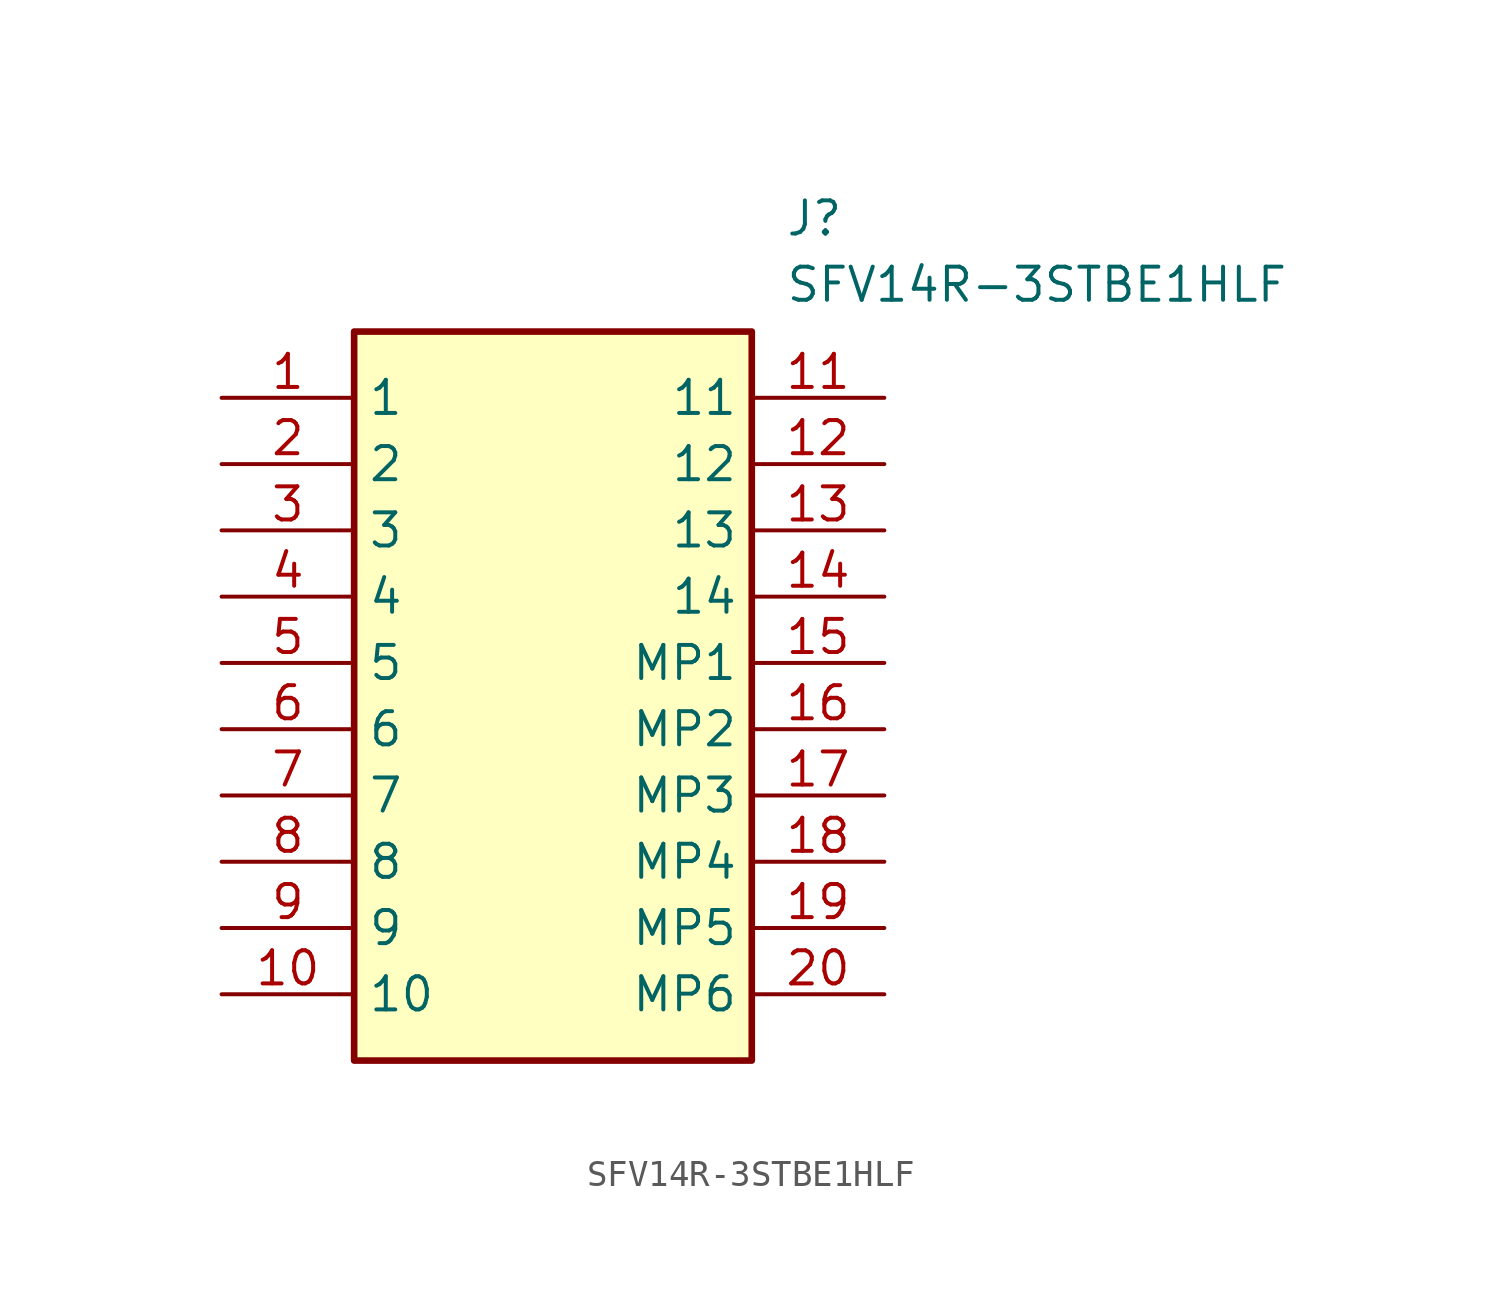
<source format=kicad_sym>
(kicad_symbol_lib
  (version 20211014)
  (generator SamacSys_ECAD_Model)
  (symbol "SFV14R-3STBE1HLF"
    (property "Reference" "J"
      (at 21.59 7.62 0)
      (effects (font (size 1.27 1.27)) (justify left top)))
    (property "Value" "SFV14R-3STBE1HLF"
      (at 21.59 5.08 0)
      (effects (font (size 1.27 1.27)) (justify left top)))
    (rectangle
      (start 5.08 2.54)
      (end 20.32 -25.4)
      (stroke (width 0.254) (type default))
      (fill (type background)))
    (pin passive line
      (at 0 0 0)
      (length 5.08)
      (name "1" (effects (font (size 1.27 1.27))))
      (number "1" (effects (font (size 1.27 1.27)))))
    (pin passive line
      (at 0 -2.54 0)
      (length 5.08)
      (name "2" (effects (font (size 1.27 1.27))))
      (number "2" (effects (font (size 1.27 1.27)))))
    (pin passive line
      (at 0 -5.08 0)
      (length 5.08)
      (name "3" (effects (font (size 1.27 1.27))))
      (number "3" (effects (font (size 1.27 1.27)))))
    (pin passive line
      (at 0 -7.62 0)
      (length 5.08)
      (name "4" (effects (font (size 1.27 1.27))))
      (number "4" (effects (font (size 1.27 1.27)))))
    (pin passive line
      (at 0 -10.16 0)
      (length 5.08)
      (name "5" (effects (font (size 1.27 1.27))))
      (number "5" (effects (font (size 1.27 1.27)))))
    (pin passive line
      (at 0 -12.7 0)
      (length 5.08)
      (name "6" (effects (font (size 1.27 1.27))))
      (number "6" (effects (font (size 1.27 1.27)))))
    (pin passive line
      (at 0 -15.24 0)
      (length 5.08)
      (name "7" (effects (font (size 1.27 1.27))))
      (number "7" (effects (font (size 1.27 1.27)))))
    (pin passive line
      (at 0 -17.78 0)
      (length 5.08)
      (name "8" (effects (font (size 1.27 1.27))))
      (number "8" (effects (font (size 1.27 1.27)))))
    (pin passive line
      (at 0 -20.32 0)
      (length 5.08)
      (name "9" (effects (font (size 1.27 1.27))))
      (number "9" (effects (font (size 1.27 1.27)))))
    (pin passive line
      (at 0 -22.86 0)
      (length 5.08)
      (name "10" (effects (font (size 1.27 1.27))))
      (number "10" (effects (font (size 1.27 1.27)))))
    (pin passive line
      (at 25.4 0 180)
      (length 5.08)
      (name "11" (effects (font (size 1.27 1.27))))
      (number "11" (effects (font (size 1.27 1.27)))))
    (pin passive line
      (at 25.4 -2.54 180)
      (length 5.08)
      (name "12" (effects (font (size 1.27 1.27))))
      (number "12" (effects (font (size 1.27 1.27)))))
    (pin passive line
      (at 25.4 -5.08 180)
      (length 5.08)
      (name "13" (effects (font (size 1.27 1.27))))
      (number "13" (effects (font (size 1.27 1.27)))))
    (pin passive line
      (at 25.4 -7.62 180)
      (length 5.08)
      (name "14" (effects (font (size 1.27 1.27))))
      (number "14" (effects (font (size 1.27 1.27)))))
    (pin passive line
      (at 25.4 -10.16 180)
      (length 5.08)
      (name "MP1" (effects (font (size 1.27 1.27))))
      (number "15" (effects (font (size 1.27 1.27)))))
    (pin passive line
      (at 25.4 -12.7 180)
      (length 5.08)
      (name "MP2" (effects (font (size 1.27 1.27))))
      (number "16" (effects (font (size 1.27 1.27)))))
    (pin passive line
      (at 25.4 -15.24 180)
      (length 5.08)
      (name "MP3" (effects (font (size 1.27 1.27))))
      (number "17" (effects (font (size 1.27 1.27)))))
    (pin passive line
      (at 25.4 -17.78 180)
      (length 5.08)
      (name "MP4" (effects (font (size 1.27 1.27))))
      (number "18" (effects (font (size 1.27 1.27)))))
    (pin passive line
      (at 25.4 -20.32 180)
      (length 5.08)
      (name "MP5" (effects (font (size 1.27 1.27))))
      (number "19" (effects (font (size 1.27 1.27)))))
    (pin passive line
      (at 25.4 -22.86 180)
      (length 5.08)
      (name "MP6" (effects (font (size 1.27 1.27))))
      (number "20" (effects (font (size 1.27 1.27)))))))
</source>
